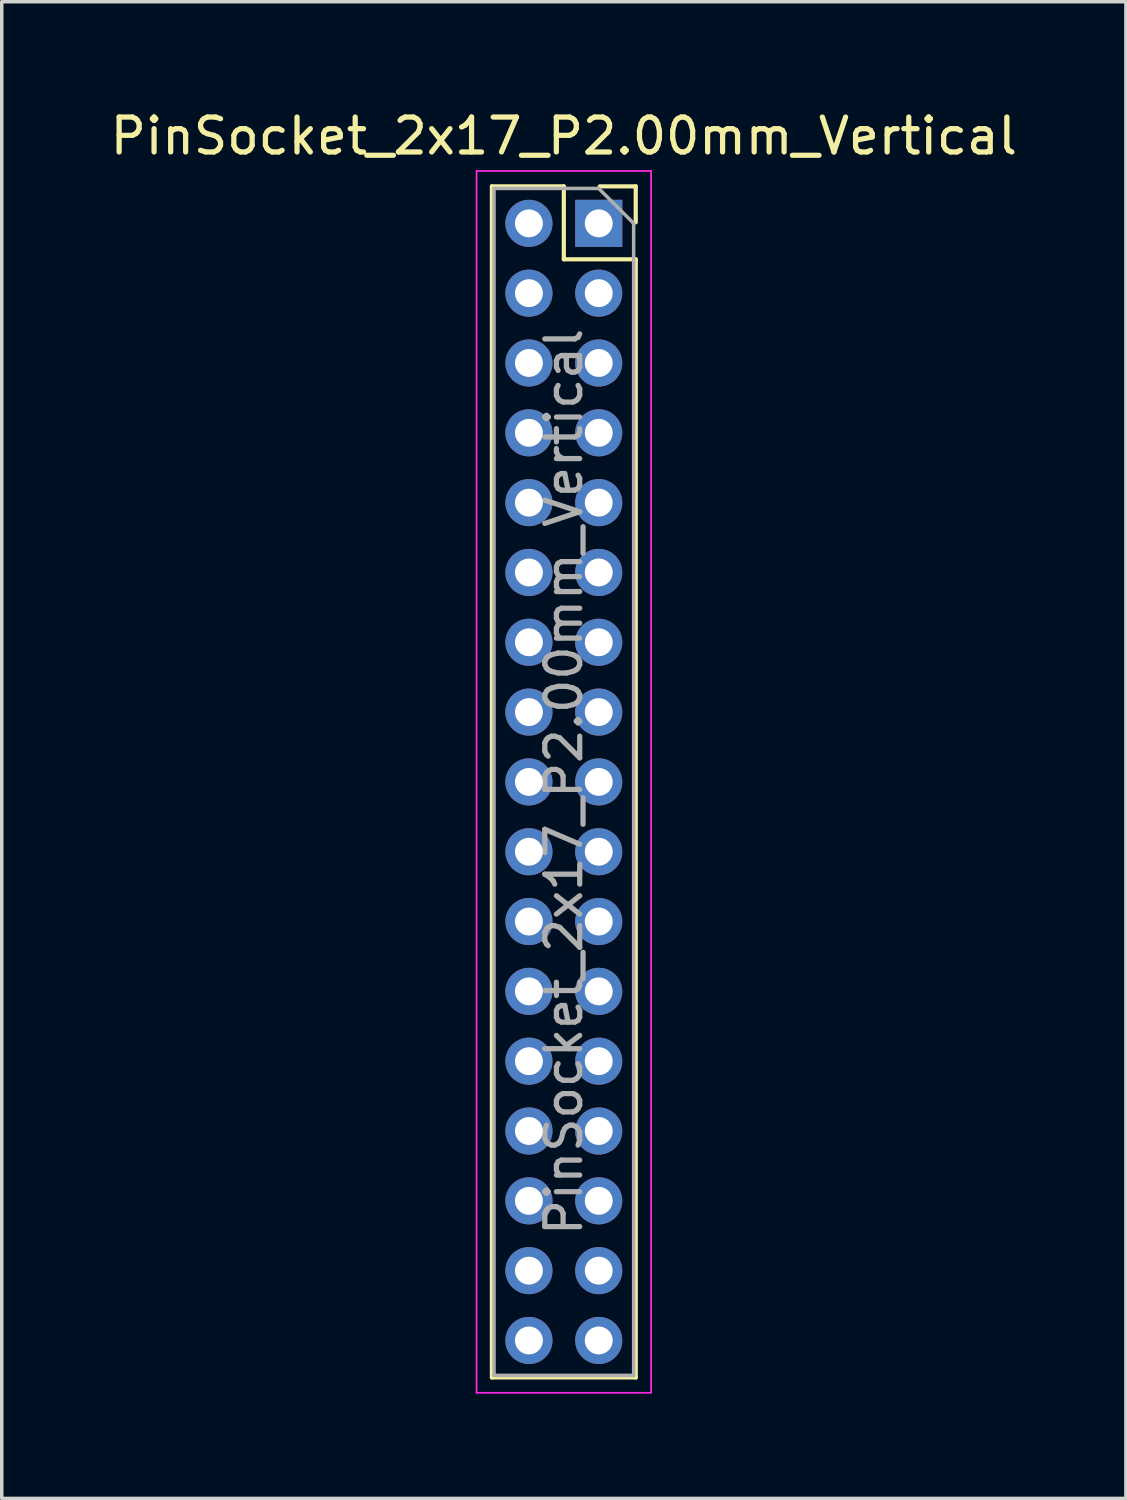
<source format=kicad_pcb>
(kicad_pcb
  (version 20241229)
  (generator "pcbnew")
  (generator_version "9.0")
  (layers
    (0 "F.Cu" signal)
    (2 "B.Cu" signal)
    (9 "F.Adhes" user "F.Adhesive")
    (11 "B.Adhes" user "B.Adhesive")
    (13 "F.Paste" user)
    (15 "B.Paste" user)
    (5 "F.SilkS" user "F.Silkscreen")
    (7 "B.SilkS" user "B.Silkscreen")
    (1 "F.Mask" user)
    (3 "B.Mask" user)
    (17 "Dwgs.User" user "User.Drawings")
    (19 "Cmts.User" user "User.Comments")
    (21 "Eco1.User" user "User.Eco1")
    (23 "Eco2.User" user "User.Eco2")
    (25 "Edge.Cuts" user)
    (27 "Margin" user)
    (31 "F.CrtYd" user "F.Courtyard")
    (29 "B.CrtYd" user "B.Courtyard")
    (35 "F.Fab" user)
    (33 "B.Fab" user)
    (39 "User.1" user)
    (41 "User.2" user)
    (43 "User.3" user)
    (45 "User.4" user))
  (footprint "PinSocket_2x17_P2.00mm_Vertical"
    (layer "F.Cu")
    (at 14.101 3.348)
    (property "Reference" "PinSocket_2x17_P2.00mm_Vertical" (at -1 -2.5 0) (layer "F.SilkS") (effects (font (size 1 1) (thickness 0.15))))
    (attr through_hole)
    (fp_line (start -3.06 -1.06) (end -3.06 33.06) (stroke (width 0.12) (type solid)) (layer "F.SilkS"))
    (fp_line (start -3.06 33.06) (end 1.06 33.06) (stroke (width 0.12) (type solid)) (layer "F.SilkS"))
    (fp_line (start -1 -1.06) (end -3.06 -1.06) (stroke (width 0.12) (type solid)) (layer "F.SilkS"))
    (fp_line (start -1 1.03) (end -1 -1.06) (stroke (width 0.12) (type solid)) (layer "F.SilkS"))
    (fp_line (start 1.06 -1.06) (end 0.03 -1.06) (stroke (width 0.12) (type solid)) (layer "F.SilkS"))
    (fp_line (start 1.06 -0.03) (end 1.06 -1.06) (stroke (width 0.12) (type solid)) (layer "F.SilkS"))
    (fp_line (start 1.06 1.03) (end -1 1.03) (stroke (width 0.12) (type solid)) (layer "F.SilkS"))
    (fp_line (start 1.06 33.06) (end 1.06 1.03) (stroke (width 0.12) (type solid)) (layer "F.SilkS"))
    (fp_line (start -3.5 -1.5) (end 1.5 -1.5) (stroke (width 0.05) (type solid)) (layer "F.CrtYd"))
    (fp_line (start -3.5 33.5) (end -3.5 -1.5) (stroke (width 0.05) (type solid)) (layer "F.CrtYd"))
    (fp_line (start 1.5 -1.5) (end 1.5 33.5) (stroke (width 0.05) (type solid)) (layer "F.CrtYd"))
    (fp_line (start 1.5 33.5) (end -3.5 33.5) (stroke (width 0.05) (type solid)) (layer "F.CrtYd"))
    (fp_line (start -3 -1) (end 0 -1) (stroke (width 0.1) (type solid)) (layer "F.Fab"))
    (fp_line (start -3 33) (end -3 -1) (stroke (width 0.1) (type solid)) (layer "F.Fab"))
    (fp_line (start 0 -1) (end 1 0) (stroke (width 0.1) (type solid)) (layer "F.Fab"))
    (fp_line (start 1 0) (end 1 33) (stroke (width 0.1) (type solid)) (layer "F.Fab"))
    (fp_line (start 1 33) (end -3 33) (stroke (width 0.1) (type solid)) (layer "F.Fab"))
    (fp_text user "${REFERENCE}" (at -1 16 90) (layer "F.Fab") (effects (font (size 1 1) (thickness 0.15))))
    (pad "1" thru_hole rect (at 0 0) (size 1.35 1.35) (drill 0.8) (layers "*.Cu" "*.Mask"))
    (pad "2" thru_hole oval (at -2 0) (size 1.35 1.35) (drill 0.8) (layers "*.Cu" "*.Mask"))
    (pad "3" thru_hole oval (at 0 2) (size 1.35 1.35) (drill 0.8) (layers "*.Cu" "*.Mask"))
    (pad "4" thru_hole oval (at -2 2) (size 1.35 1.35) (drill 0.8) (layers "*.Cu" "*.Mask"))
    (pad "5" thru_hole oval (at 0 4) (size 1.35 1.35) (drill 0.8) (layers "*.Cu" "*.Mask"))
    (pad "6" thru_hole oval (at -2 4) (size 1.35 1.35) (drill 0.8) (layers "*.Cu" "*.Mask"))
    (pad "7" thru_hole oval (at 0 6) (size 1.35 1.35) (drill 0.8) (layers "*.Cu" "*.Mask"))
    (pad "8" thru_hole oval (at -2 6) (size 1.35 1.35) (drill 0.8) (layers "*.Cu" "*.Mask"))
    (pad "9" thru_hole oval (at 0 8) (size 1.35 1.35) (drill 0.8) (layers "*.Cu" "*.Mask"))
    (pad "10" thru_hole oval (at -2 8) (size 1.35 1.35) (drill 0.8) (layers "*.Cu" "*.Mask"))
    (pad "11" thru_hole oval (at 0 10) (size 1.35 1.35) (drill 0.8) (layers "*.Cu" "*.Mask"))
    (pad "12" thru_hole oval (at -2 10) (size 1.35 1.35) (drill 0.8) (layers "*.Cu" "*.Mask"))
    (pad "13" thru_hole oval (at 0 12) (size 1.35 1.35) (drill 0.8) (layers "*.Cu" "*.Mask"))
    (pad "14" thru_hole oval (at -2 12) (size 1.35 1.35) (drill 0.8) (layers "*.Cu" "*.Mask"))
    (pad "15" thru_hole oval (at 0 14) (size 1.35 1.35) (drill 0.8) (layers "*.Cu" "*.Mask"))
    (pad "16" thru_hole oval (at -2 14) (size 1.35 1.35) (drill 0.8) (layers "*.Cu" "*.Mask"))
    (pad "17" thru_hole oval (at 0 16) (size 1.35 1.35) (drill 0.8) (layers "*.Cu" "*.Mask"))
    (pad "18" thru_hole oval (at -2 16) (size 1.35 1.35) (drill 0.8) (layers "*.Cu" "*.Mask"))
    (pad "19" thru_hole oval (at 0 18) (size 1.35 1.35) (drill 0.8) (layers "*.Cu" "*.Mask"))
    (pad "20" thru_hole oval (at -2 18) (size 1.35 1.35) (drill 0.8) (layers "*.Cu" "*.Mask"))
    (pad "21" thru_hole oval (at 0 20) (size 1.35 1.35) (drill 0.8) (layers "*.Cu" "*.Mask"))
    (pad "22" thru_hole oval (at -2 20) (size 1.35 1.35) (drill 0.8) (layers "*.Cu" "*.Mask"))
    (pad "23" thru_hole oval (at 0 22) (size 1.35 1.35) (drill 0.8) (layers "*.Cu" "*.Mask"))
    (pad "24" thru_hole oval (at -2 22) (size 1.35 1.35) (drill 0.8) (layers "*.Cu" "*.Mask"))
    (pad "25" thru_hole oval (at 0 24) (size 1.35 1.35) (drill 0.8) (layers "*.Cu" "*.Mask"))
    (pad "26" thru_hole oval (at -2 24) (size 1.35 1.35) (drill 0.8) (layers "*.Cu" "*.Mask"))
    (pad "27" thru_hole oval (at 0 26) (size 1.35 1.35) (drill 0.8) (layers "*.Cu" "*.Mask"))
    (pad "28" thru_hole oval (at -2 26) (size 1.35 1.35) (drill 0.8) (layers "*.Cu" "*.Mask"))
    (pad "29" thru_hole oval (at 0 28) (size 1.35 1.35) (drill 0.8) (layers "*.Cu" "*.Mask"))
    (pad "30" thru_hole oval (at -2 28) (size 1.35 1.35) (drill 0.8) (layers "*.Cu" "*.Mask"))
    (pad "31" thru_hole oval (at 0 30) (size 1.35 1.35) (drill 0.8) (layers "*.Cu" "*.Mask"))
    (pad "32" thru_hole oval (at -2 30) (size 1.35 1.35) (drill 0.8) (layers "*.Cu" "*.Mask"))
    (pad "33" thru_hole oval (at 0 32) (size 1.35 1.35) (drill 0.8) (layers "*.Cu" "*.Mask"))
    (pad "34" thru_hole oval (at -2 32) (size 1.35 1.35) (drill 0.8) (layers "*.Cu" "*.Mask")))
  (gr_rect
    (start -3 -3)
    (end 29.202 39.873)
    (stroke (width 0.1) (type default))
    (fill no)
    (layer "Edge.Cuts")))
</source>
